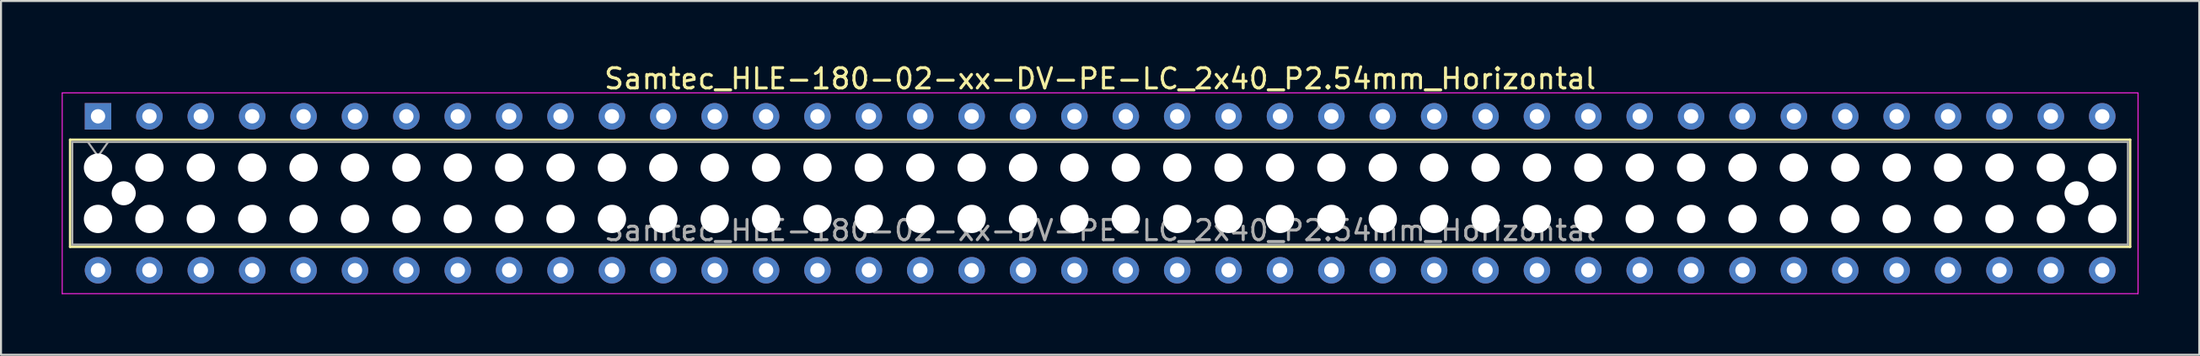
<source format=kicad_pcb>
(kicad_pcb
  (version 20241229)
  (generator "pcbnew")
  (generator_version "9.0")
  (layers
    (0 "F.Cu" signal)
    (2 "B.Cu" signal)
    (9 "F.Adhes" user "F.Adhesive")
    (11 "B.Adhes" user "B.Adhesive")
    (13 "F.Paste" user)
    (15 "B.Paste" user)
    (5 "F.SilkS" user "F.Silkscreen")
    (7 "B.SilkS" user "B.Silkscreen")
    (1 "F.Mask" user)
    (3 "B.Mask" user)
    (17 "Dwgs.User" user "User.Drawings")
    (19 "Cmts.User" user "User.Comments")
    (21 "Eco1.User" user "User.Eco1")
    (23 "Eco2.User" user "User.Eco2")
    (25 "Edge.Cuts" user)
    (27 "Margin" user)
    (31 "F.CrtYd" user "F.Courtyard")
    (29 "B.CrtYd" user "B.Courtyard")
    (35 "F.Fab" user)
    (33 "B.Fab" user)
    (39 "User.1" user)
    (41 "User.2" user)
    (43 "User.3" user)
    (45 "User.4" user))
  (footprint "Samtec_HLE-180-02-xx-DV-PE-LC_2x40_P2.54mm_Horizontal"
    (layer "F.Cu")
    (at 1.795 2.708)
    (property "Reference" "Samtec_HLE-180-02-xx-DV-PE-LC_2x40_P2.54mm_Horizontal" (at 49.53 -1.86 0) (layer "F.SilkS") (effects (font (size 1 1) (thickness 0.15))))
    (attr through_hole)
    (fp_line (start -1.38 1.16) (end 100.44 1.16) (stroke (width 0.12) (type solid)) (layer "F.SilkS"))
    (fp_line (start -1.38 6.46) (end -1.38 1.16) (stroke (width 0.12) (type solid)) (layer "F.SilkS"))
    (fp_line (start 100.44 1.16) (end 100.44 6.46) (stroke (width 0.12) (type solid)) (layer "F.SilkS"))
    (fp_line (start 100.44 6.46) (end -1.38 6.46) (stroke (width 0.12) (type solid)) (layer "F.SilkS"))
    (fp_line (start -1.77 -1.16) (end 100.83 -1.16) (stroke (width 0.05) (type solid)) (layer "F.CrtYd"))
    (fp_line (start -1.77 8.78) (end -1.77 -1.16) (stroke (width 0.05) (type solid)) (layer "F.CrtYd"))
    (fp_line (start 100.83 -1.16) (end 100.83 8.78) (stroke (width 0.05) (type solid)) (layer "F.CrtYd"))
    (fp_line (start 100.83 8.78) (end -1.77 8.78) (stroke (width 0.05) (type solid)) (layer "F.CrtYd"))
    (fp_line (start -1.27 1.27) (end 100.33 1.27) (stroke (width 0.1) (type solid)) (layer "F.Fab"))
    (fp_line (start -1.27 6.35) (end -1.27 1.27) (stroke (width 0.1) (type solid)) (layer "F.Fab"))
    (fp_line (start -0.5 1.27) (end 0 1.977) (stroke (width 0.1) (type solid)) (layer "F.Fab"))
    (fp_line (start 0 1.977) (end 0.5 1.27) (stroke (width 0.1) (type solid)) (layer "F.Fab"))
    (fp_line (start 100.33 1.27) (end 100.33 6.35) (stroke (width 0.1) (type solid)) (layer "F.Fab"))
    (fp_line (start 100.33 6.35) (end -1.27 6.35) (stroke (width 0.1) (type solid)) (layer "F.Fab"))
    (fp_text user "${REFERENCE}" (at 49.53 5.65 0) (layer "F.Fab") (effects (font (size 1 1) (thickness 0.15))))
    (pad "" np_thru_hole circle (at 0 2.54) (size 1.4 1.4) (drill 1.4) (layers "*.Cu" "*.Mask"))
    (pad "" np_thru_hole circle (at 0 5.08) (size 1.4 1.4) (drill 1.4) (layers "*.Cu" "*.Mask"))
    (pad "" np_thru_hole circle (at 1.27 3.81) (size 1.19 1.19) (drill 1.19) (layers "*.Cu" "*.Mask"))
    (pad "" np_thru_hole circle (at 2.54 2.54) (size 1.4 1.4) (drill 1.4) (layers "*.Cu" "*.Mask"))
    (pad "" np_thru_hole circle (at 2.54 5.08) (size 1.4 1.4) (drill 1.4) (layers "*.Cu" "*.Mask"))
    (pad "" np_thru_hole circle (at 5.08 2.54) (size 1.4 1.4) (drill 1.4) (layers "*.Cu" "*.Mask"))
    (pad "" np_thru_hole circle (at 5.08 5.08) (size 1.4 1.4) (drill 1.4) (layers "*.Cu" "*.Mask"))
    (pad "" np_thru_hole circle (at 7.62 2.54) (size 1.4 1.4) (drill 1.4) (layers "*.Cu" "*.Mask"))
    (pad "" np_thru_hole circle (at 7.62 5.08) (size 1.4 1.4) (drill 1.4) (layers "*.Cu" "*.Mask"))
    (pad "" np_thru_hole circle (at 10.16 2.54) (size 1.4 1.4) (drill 1.4) (layers "*.Cu" "*.Mask"))
    (pad "" np_thru_hole circle (at 10.16 5.08) (size 1.4 1.4) (drill 1.4) (layers "*.Cu" "*.Mask"))
    (pad "" np_thru_hole circle (at 12.7 2.54) (size 1.4 1.4) (drill 1.4) (layers "*.Cu" "*.Mask"))
    (pad "" np_thru_hole circle (at 12.7 5.08) (size 1.4 1.4) (drill 1.4) (layers "*.Cu" "*.Mask"))
    (pad "" np_thru_hole circle (at 15.24 2.54) (size 1.4 1.4) (drill 1.4) (layers "*.Cu" "*.Mask"))
    (pad "" np_thru_hole circle (at 15.24 5.08) (size 1.4 1.4) (drill 1.4) (layers "*.Cu" "*.Mask"))
    (pad "" np_thru_hole circle (at 17.78 2.54) (size 1.4 1.4) (drill 1.4) (layers "*.Cu" "*.Mask"))
    (pad "" np_thru_hole circle (at 17.78 5.08) (size 1.4 1.4) (drill 1.4) (layers "*.Cu" "*.Mask"))
    (pad "" np_thru_hole circle (at 20.32 2.54) (size 1.4 1.4) (drill 1.4) (layers "*.Cu" "*.Mask"))
    (pad "" np_thru_hole circle (at 20.32 5.08) (size 1.4 1.4) (drill 1.4) (layers "*.Cu" "*.Mask"))
    (pad "" np_thru_hole circle (at 22.86 2.54) (size 1.4 1.4) (drill 1.4) (layers "*.Cu" "*.Mask"))
    (pad "" np_thru_hole circle (at 22.86 5.08) (size 1.4 1.4) (drill 1.4) (layers "*.Cu" "*.Mask"))
    (pad "" np_thru_hole circle (at 25.4 2.54) (size 1.4 1.4) (drill 1.4) (layers "*.Cu" "*.Mask"))
    (pad "" np_thru_hole circle (at 25.4 5.08) (size 1.4 1.4) (drill 1.4) (layers "*.Cu" "*.Mask"))
    (pad "" np_thru_hole circle (at 27.94 2.54) (size 1.4 1.4) (drill 1.4) (layers "*.Cu" "*.Mask"))
    (pad "" np_thru_hole circle (at 27.94 5.08) (size 1.4 1.4) (drill 1.4) (layers "*.Cu" "*.Mask"))
    (pad "" np_thru_hole circle (at 30.48 2.54) (size 1.4 1.4) (drill 1.4) (layers "*.Cu" "*.Mask"))
    (pad "" np_thru_hole circle (at 30.48 5.08) (size 1.4 1.4) (drill 1.4) (layers "*.Cu" "*.Mask"))
    (pad "" np_thru_hole circle (at 33.02 2.54) (size 1.4 1.4) (drill 1.4) (layers "*.Cu" "*.Mask"))
    (pad "" np_thru_hole circle (at 33.02 5.08) (size 1.4 1.4) (drill 1.4) (layers "*.Cu" "*.Mask"))
    (pad "" np_thru_hole circle (at 35.56 2.54) (size 1.4 1.4) (drill 1.4) (layers "*.Cu" "*.Mask"))
    (pad "" np_thru_hole circle (at 35.56 5.08) (size 1.4 1.4) (drill 1.4) (layers "*.Cu" "*.Mask"))
    (pad "" np_thru_hole circle (at 38.1 2.54) (size 1.4 1.4) (drill 1.4) (layers "*.Cu" "*.Mask"))
    (pad "" np_thru_hole circle (at 38.1 5.08) (size 1.4 1.4) (drill 1.4) (layers "*.Cu" "*.Mask"))
    (pad "" np_thru_hole circle (at 40.64 2.54) (size 1.4 1.4) (drill 1.4) (layers "*.Cu" "*.Mask"))
    (pad "" np_thru_hole circle (at 40.64 5.08) (size 1.4 1.4) (drill 1.4) (layers "*.Cu" "*.Mask"))
    (pad "" np_thru_hole circle (at 43.18 2.54) (size 1.4 1.4) (drill 1.4) (layers "*.Cu" "*.Mask"))
    (pad "" np_thru_hole circle (at 43.18 5.08) (size 1.4 1.4) (drill 1.4) (layers "*.Cu" "*.Mask"))
    (pad "" np_thru_hole circle (at 45.72 2.54) (size 1.4 1.4) (drill 1.4) (layers "*.Cu" "*.Mask"))
    (pad "" np_thru_hole circle (at 45.72 5.08) (size 1.4 1.4) (drill 1.4) (layers "*.Cu" "*.Mask"))
    (pad "" np_thru_hole circle (at 48.26 2.54) (size 1.4 1.4) (drill 1.4) (layers "*.Cu" "*.Mask"))
    (pad "" np_thru_hole circle (at 48.26 5.08) (size 1.4 1.4) (drill 1.4) (layers "*.Cu" "*.Mask"))
    (pad "" np_thru_hole circle (at 50.8 2.54) (size 1.4 1.4) (drill 1.4) (layers "*.Cu" "*.Mask"))
    (pad "" np_thru_hole circle (at 50.8 5.08) (size 1.4 1.4) (drill 1.4) (layers "*.Cu" "*.Mask"))
    (pad "" np_thru_hole circle (at 53.34 2.54) (size 1.4 1.4) (drill 1.4) (layers "*.Cu" "*.Mask"))
    (pad "" np_thru_hole circle (at 53.34 5.08) (size 1.4 1.4) (drill 1.4) (layers "*.Cu" "*.Mask"))
    (pad "" np_thru_hole circle (at 55.88 2.54) (size 1.4 1.4) (drill 1.4) (layers "*.Cu" "*.Mask"))
    (pad "" np_thru_hole circle (at 55.88 5.08) (size 1.4 1.4) (drill 1.4) (layers "*.Cu" "*.Mask"))
    (pad "" np_thru_hole circle (at 58.42 2.54) (size 1.4 1.4) (drill 1.4) (layers "*.Cu" "*.Mask"))
    (pad "" np_thru_hole circle (at 58.42 5.08) (size 1.4 1.4) (drill 1.4) (layers "*.Cu" "*.Mask"))
    (pad "" np_thru_hole circle (at 60.96 2.54) (size 1.4 1.4) (drill 1.4) (layers "*.Cu" "*.Mask"))
    (pad "" np_thru_hole circle (at 60.96 5.08) (size 1.4 1.4) (drill 1.4) (layers "*.Cu" "*.Mask"))
    (pad "" np_thru_hole circle (at 63.5 2.54) (size 1.4 1.4) (drill 1.4) (layers "*.Cu" "*.Mask"))
    (pad "" np_thru_hole circle (at 63.5 5.08) (size 1.4 1.4) (drill 1.4) (layers "*.Cu" "*.Mask"))
    (pad "" np_thru_hole circle (at 66.04 2.54) (size 1.4 1.4) (drill 1.4) (layers "*.Cu" "*.Mask"))
    (pad "" np_thru_hole circle (at 66.04 5.08) (size 1.4 1.4) (drill 1.4) (layers "*.Cu" "*.Mask"))
    (pad "" np_thru_hole circle (at 68.58 2.54) (size 1.4 1.4) (drill 1.4) (layers "*.Cu" "*.Mask"))
    (pad "" np_thru_hole circle (at 68.58 5.08) (size 1.4 1.4) (drill 1.4) (layers "*.Cu" "*.Mask"))
    (pad "" np_thru_hole circle (at 71.12 2.54) (size 1.4 1.4) (drill 1.4) (layers "*.Cu" "*.Mask"))
    (pad "" np_thru_hole circle (at 71.12 5.08) (size 1.4 1.4) (drill 1.4) (layers "*.Cu" "*.Mask"))
    (pad "" np_thru_hole circle (at 73.66 2.54) (size 1.4 1.4) (drill 1.4) (layers "*.Cu" "*.Mask"))
    (pad "" np_thru_hole circle (at 73.66 5.08) (size 1.4 1.4) (drill 1.4) (layers "*.Cu" "*.Mask"))
    (pad "" np_thru_hole circle (at 76.2 2.54) (size 1.4 1.4) (drill 1.4) (layers "*.Cu" "*.Mask"))
    (pad "" np_thru_hole circle (at 76.2 5.08) (size 1.4 1.4) (drill 1.4) (layers "*.Cu" "*.Mask"))
    (pad "" np_thru_hole circle (at 78.74 2.54) (size 1.4 1.4) (drill 1.4) (layers "*.Cu" "*.Mask"))
    (pad "" np_thru_hole circle (at 78.74 5.08) (size 1.4 1.4) (drill 1.4) (layers "*.Cu" "*.Mask"))
    (pad "" np_thru_hole circle (at 81.28 2.54) (size 1.4 1.4) (drill 1.4) (layers "*.Cu" "*.Mask"))
    (pad "" np_thru_hole circle (at 81.28 5.08) (size 1.4 1.4) (drill 1.4) (layers "*.Cu" "*.Mask"))
    (pad "" np_thru_hole circle (at 83.82 2.54) (size 1.4 1.4) (drill 1.4) (layers "*.Cu" "*.Mask"))
    (pad "" np_thru_hole circle (at 83.82 5.08) (size 1.4 1.4) (drill 1.4) (layers "*.Cu" "*.Mask"))
    (pad "" np_thru_hole circle (at 86.36 2.54) (size 1.4 1.4) (drill 1.4) (layers "*.Cu" "*.Mask"))
    (pad "" np_thru_hole circle (at 86.36 5.08) (size 1.4 1.4) (drill 1.4) (layers "*.Cu" "*.Mask"))
    (pad "" np_thru_hole circle (at 88.9 2.54) (size 1.4 1.4) (drill 1.4) (layers "*.Cu" "*.Mask"))
    (pad "" np_thru_hole circle (at 88.9 5.08) (size 1.4 1.4) (drill 1.4) (layers "*.Cu" "*.Mask"))
    (pad "" np_thru_hole circle (at 91.44 2.54) (size 1.4 1.4) (drill 1.4) (layers "*.Cu" "*.Mask"))
    (pad "" np_thru_hole circle (at 91.44 5.08) (size 1.4 1.4) (drill 1.4) (layers "*.Cu" "*.Mask"))
    (pad "" np_thru_hole circle (at 93.98 2.54) (size 1.4 1.4) (drill 1.4) (layers "*.Cu" "*.Mask"))
    (pad "" np_thru_hole circle (at 93.98 5.08) (size 1.4 1.4) (drill 1.4) (layers "*.Cu" "*.Mask"))
    (pad "" np_thru_hole circle (at 96.52 2.54) (size 1.4 1.4) (drill 1.4) (layers "*.Cu" "*.Mask"))
    (pad "" np_thru_hole circle (at 96.52 5.08) (size 1.4 1.4) (drill 1.4) (layers "*.Cu" "*.Mask"))
    (pad "" np_thru_hole circle (at 97.79 3.81) (size 1.19 1.19) (drill 1.19) (layers "*.Cu" "*.Mask"))
    (pad "" np_thru_hole circle (at 99.06 2.54) (size 1.4 1.4) (drill 1.4) (layers "*.Cu" "*.Mask"))
    (pad "" np_thru_hole circle (at 99.06 5.08) (size 1.4 1.4) (drill 1.4) (layers "*.Cu" "*.Mask"))
    (pad "1" thru_hole rect (at 0 0) (size 1.31 1.31) (drill 0.71) (layers "*.Cu" "*.Mask"))
    (pad "2" thru_hole circle (at 0 7.62) (size 1.31 1.31) (drill 0.71) (layers "*.Cu" "*.Mask"))
    (pad "3" thru_hole circle (at 2.54 0) (size 1.31 1.31) (drill 0.71) (layers "*.Cu" "*.Mask"))
    (pad "4" thru_hole circle (at 2.54 7.62) (size 1.31 1.31) (drill 0.71) (layers "*.Cu" "*.Mask"))
    (pad "5" thru_hole circle (at 5.08 0) (size 1.31 1.31) (drill 0.71) (layers "*.Cu" "*.Mask"))
    (pad "6" thru_hole circle (at 5.08 7.62) (size 1.31 1.31) (drill 0.71) (layers "*.Cu" "*.Mask"))
    (pad "7" thru_hole circle (at 7.62 0) (size 1.31 1.31) (drill 0.71) (layers "*.Cu" "*.Mask"))
    (pad "8" thru_hole circle (at 7.62 7.62) (size 1.31 1.31) (drill 0.71) (layers "*.Cu" "*.Mask"))
    (pad "9" thru_hole circle (at 10.16 0) (size 1.31 1.31) (drill 0.71) (layers "*.Cu" "*.Mask"))
    (pad "10" thru_hole circle (at 10.16 7.62) (size 1.31 1.31) (drill 0.71) (layers "*.Cu" "*.Mask"))
    (pad "11" thru_hole circle (at 12.7 0) (size 1.31 1.31) (drill 0.71) (layers "*.Cu" "*.Mask"))
    (pad "12" thru_hole circle (at 12.7 7.62) (size 1.31 1.31) (drill 0.71) (layers "*.Cu" "*.Mask"))
    (pad "13" thru_hole circle (at 15.24 0) (size 1.31 1.31) (drill 0.71) (layers "*.Cu" "*.Mask"))
    (pad "14" thru_hole circle (at 15.24 7.62) (size 1.31 1.31) (drill 0.71) (layers "*.Cu" "*.Mask"))
    (pad "15" thru_hole circle (at 17.78 0) (size 1.31 1.31) (drill 0.71) (layers "*.Cu" "*.Mask"))
    (pad "16" thru_hole circle (at 17.78 7.62) (size 1.31 1.31) (drill 0.71) (layers "*.Cu" "*.Mask"))
    (pad "17" thru_hole circle (at 20.32 0) (size 1.31 1.31) (drill 0.71) (layers "*.Cu" "*.Mask"))
    (pad "18" thru_hole circle (at 20.32 7.62) (size 1.31 1.31) (drill 0.71) (layers "*.Cu" "*.Mask"))
    (pad "19" thru_hole circle (at 22.86 0) (size 1.31 1.31) (drill 0.71) (layers "*.Cu" "*.Mask"))
    (pad "20" thru_hole circle (at 22.86 7.62) (size 1.31 1.31) (drill 0.71) (layers "*.Cu" "*.Mask"))
    (pad "21" thru_hole circle (at 25.4 0) (size 1.31 1.31) (drill 0.71) (layers "*.Cu" "*.Mask"))
    (pad "22" thru_hole circle (at 25.4 7.62) (size 1.31 1.31) (drill 0.71) (layers "*.Cu" "*.Mask"))
    (pad "23" thru_hole circle (at 27.94 0) (size 1.31 1.31) (drill 0.71) (layers "*.Cu" "*.Mask"))
    (pad "24" thru_hole circle (at 27.94 7.62) (size 1.31 1.31) (drill 0.71) (layers "*.Cu" "*.Mask"))
    (pad "25" thru_hole circle (at 30.48 0) (size 1.31 1.31) (drill 0.71) (layers "*.Cu" "*.Mask"))
    (pad "26" thru_hole circle (at 30.48 7.62) (size 1.31 1.31) (drill 0.71) (layers "*.Cu" "*.Mask"))
    (pad "27" thru_hole circle (at 33.02 0) (size 1.31 1.31) (drill 0.71) (layers "*.Cu" "*.Mask"))
    (pad "28" thru_hole circle (at 33.02 7.62) (size 1.31 1.31) (drill 0.71) (layers "*.Cu" "*.Mask"))
    (pad "29" thru_hole circle (at 35.56 0) (size 1.31 1.31) (drill 0.71) (layers "*.Cu" "*.Mask"))
    (pad "30" thru_hole circle (at 35.56 7.62) (size 1.31 1.31) (drill 0.71) (layers "*.Cu" "*.Mask"))
    (pad "31" thru_hole circle (at 38.1 0) (size 1.31 1.31) (drill 0.71) (layers "*.Cu" "*.Mask"))
    (pad "32" thru_hole circle (at 38.1 7.62) (size 1.31 1.31) (drill 0.71) (layers "*.Cu" "*.Mask"))
    (pad "33" thru_hole circle (at 40.64 0) (size 1.31 1.31) (drill 0.71) (layers "*.Cu" "*.Mask"))
    (pad "34" thru_hole circle (at 40.64 7.62) (size 1.31 1.31) (drill 0.71) (layers "*.Cu" "*.Mask"))
    (pad "35" thru_hole circle (at 43.18 0) (size 1.31 1.31) (drill 0.71) (layers "*.Cu" "*.Mask"))
    (pad "36" thru_hole circle (at 43.18 7.62) (size 1.31 1.31) (drill 0.71) (layers "*.Cu" "*.Mask"))
    (pad "37" thru_hole circle (at 45.72 0) (size 1.31 1.31) (drill 0.71) (layers "*.Cu" "*.Mask"))
    (pad "38" thru_hole circle (at 45.72 7.62) (size 1.31 1.31) (drill 0.71) (layers "*.Cu" "*.Mask"))
    (pad "39" thru_hole circle (at 48.26 0) (size 1.31 1.31) (drill 0.71) (layers "*.Cu" "*.Mask"))
    (pad "40" thru_hole circle (at 48.26 7.62) (size 1.31 1.31) (drill 0.71) (layers "*.Cu" "*.Mask"))
    (pad "41" thru_hole circle (at 50.8 0) (size 1.31 1.31) (drill 0.71) (layers "*.Cu" "*.Mask"))
    (pad "42" thru_hole circle (at 50.8 7.62) (size 1.31 1.31) (drill 0.71) (layers "*.Cu" "*.Mask"))
    (pad "43" thru_hole circle (at 53.34 0) (size 1.31 1.31) (drill 0.71) (layers "*.Cu" "*.Mask"))
    (pad "44" thru_hole circle (at 53.34 7.62) (size 1.31 1.31) (drill 0.71) (layers "*.Cu" "*.Mask"))
    (pad "45" thru_hole circle (at 55.88 0) (size 1.31 1.31) (drill 0.71) (layers "*.Cu" "*.Mask"))
    (pad "46" thru_hole circle (at 55.88 7.62) (size 1.31 1.31) (drill 0.71) (layers "*.Cu" "*.Mask"))
    (pad "47" thru_hole circle (at 58.42 0) (size 1.31 1.31) (drill 0.71) (layers "*.Cu" "*.Mask"))
    (pad "48" thru_hole circle (at 58.42 7.62) (size 1.31 1.31) (drill 0.71) (layers "*.Cu" "*.Mask"))
    (pad "49" thru_hole circle (at 60.96 0) (size 1.31 1.31) (drill 0.71) (layers "*.Cu" "*.Mask"))
    (pad "50" thru_hole circle (at 60.96 7.62) (size 1.31 1.31) (drill 0.71) (layers "*.Cu" "*.Mask"))
    (pad "51" thru_hole circle (at 63.5 0) (size 1.31 1.31) (drill 0.71) (layers "*.Cu" "*.Mask"))
    (pad "52" thru_hole circle (at 63.5 7.62) (size 1.31 1.31) (drill 0.71) (layers "*.Cu" "*.Mask"))
    (pad "53" thru_hole circle (at 66.04 0) (size 1.31 1.31) (drill 0.71) (layers "*.Cu" "*.Mask"))
    (pad "54" thru_hole circle (at 66.04 7.62) (size 1.31 1.31) (drill 0.71) (layers "*.Cu" "*.Mask"))
    (pad "55" thru_hole circle (at 68.58 0) (size 1.31 1.31) (drill 0.71) (layers "*.Cu" "*.Mask"))
    (pad "56" thru_hole circle (at 68.58 7.62) (size 1.31 1.31) (drill 0.71) (layers "*.Cu" "*.Mask"))
    (pad "57" thru_hole circle (at 71.12 0) (size 1.31 1.31) (drill 0.71) (layers "*.Cu" "*.Mask"))
    (pad "58" thru_hole circle (at 71.12 7.62) (size 1.31 1.31) (drill 0.71) (layers "*.Cu" "*.Mask"))
    (pad "59" thru_hole circle (at 73.66 0) (size 1.31 1.31) (drill 0.71) (layers "*.Cu" "*.Mask"))
    (pad "60" thru_hole circle (at 73.66 7.62) (size 1.31 1.31) (drill 0.71) (layers "*.Cu" "*.Mask"))
    (pad "61" thru_hole circle (at 76.2 0) (size 1.31 1.31) (drill 0.71) (layers "*.Cu" "*.Mask"))
    (pad "62" thru_hole circle (at 76.2 7.62) (size 1.31 1.31) (drill 0.71) (layers "*.Cu" "*.Mask"))
    (pad "63" thru_hole circle (at 78.74 0) (size 1.31 1.31) (drill 0.71) (layers "*.Cu" "*.Mask"))
    (pad "64" thru_hole circle (at 78.74 7.62) (size 1.31 1.31) (drill 0.71) (layers "*.Cu" "*.Mask"))
    (pad "65" thru_hole circle (at 81.28 0) (size 1.31 1.31) (drill 0.71) (layers "*.Cu" "*.Mask"))
    (pad "66" thru_hole circle (at 81.28 7.62) (size 1.31 1.31) (drill 0.71) (layers "*.Cu" "*.Mask"))
    (pad "67" thru_hole circle (at 83.82 0) (size 1.31 1.31) (drill 0.71) (layers "*.Cu" "*.Mask"))
    (pad "68" thru_hole circle (at 83.82 7.62) (size 1.31 1.31) (drill 0.71) (layers "*.Cu" "*.Mask"))
    (pad "69" thru_hole circle (at 86.36 0) (size 1.31 1.31) (drill 0.71) (layers "*.Cu" "*.Mask"))
    (pad "70" thru_hole circle (at 86.36 7.62) (size 1.31 1.31) (drill 0.71) (layers "*.Cu" "*.Mask"))
    (pad "71" thru_hole circle (at 88.9 0) (size 1.31 1.31) (drill 0.71) (layers "*.Cu" "*.Mask"))
    (pad "72" thru_hole circle (at 88.9 7.62) (size 1.31 1.31) (drill 0.71) (layers "*.Cu" "*.Mask"))
    (pad "73" thru_hole circle (at 91.44 0) (size 1.31 1.31) (drill 0.71) (layers "*.Cu" "*.Mask"))
    (pad "74" thru_hole circle (at 91.44 7.62) (size 1.31 1.31) (drill 0.71) (layers "*.Cu" "*.Mask"))
    (pad "75" thru_hole circle (at 93.98 0) (size 1.31 1.31) (drill 0.71) (layers "*.Cu" "*.Mask"))
    (pad "76" thru_hole circle (at 93.98 7.62) (size 1.31 1.31) (drill 0.71) (layers "*.Cu" "*.Mask"))
    (pad "77" thru_hole circle (at 96.52 0) (size 1.31 1.31) (drill 0.71) (layers "*.Cu" "*.Mask"))
    (pad "78" thru_hole circle (at 96.52 7.62) (size 1.31 1.31) (drill 0.71) (layers "*.Cu" "*.Mask"))
    (pad "79" thru_hole circle (at 99.06 0) (size 1.31 1.31) (drill 0.71) (layers "*.Cu" "*.Mask"))
    (pad "80" thru_hole circle (at 99.06 7.62) (size 1.31 1.31) (drill 0.71) (layers "*.Cu" "*.Mask")))
  (gr_rect
    (start -3 -3)
    (end 105.65 14.513)
    (stroke (width 0.1) (type default))
    (fill no)
    (layer "Edge.Cuts")))
</source>
